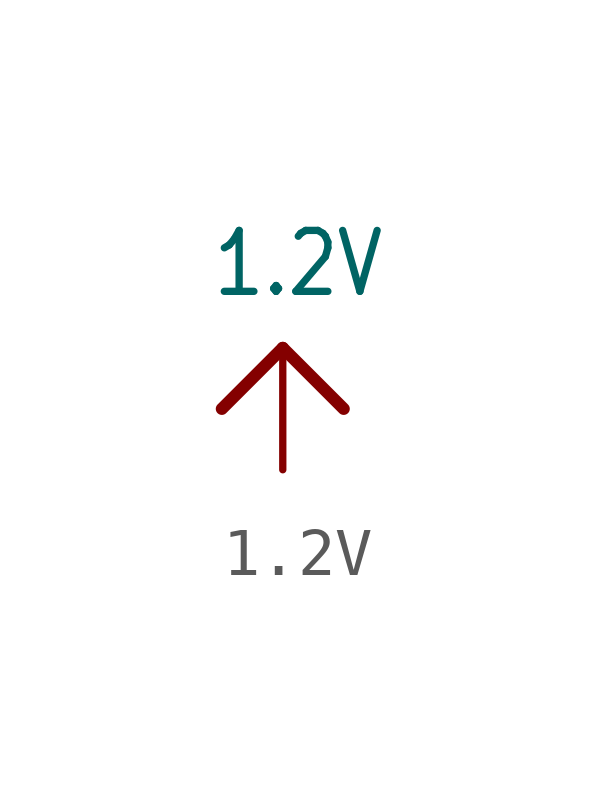
<source format=kicad_sym>
(kicad_symbol_lib
  (version 20211014)
  (generator kicad_symbol_editor)
  (symbol "1.2V"
    (power)
    (property "Reference" ""
      (at 0 0 0)
      (effects (font (size 1.27 1.27)) hide))
    (property "Value" "1.2V"
      (at -1.524 1.016 0)
      (effects (font (size 1.27 1.079)) (justify left bottom)))
    (property "ki_locked" ""
      (at 0 0 0)
      (effects (font (size 1.27 1.27))))
    (symbol "1.2V_1_0"
      (polyline (pts (xy -1.27 -1.27) (xy 0 0)) (stroke (width 0.254) (type default) (color 0 0 0 0)) (fill (type none)))
      (polyline (pts (xy 0 0) (xy 1.27 -1.27)) (stroke (width 0.254) (type default) (color 0 0 0 0)) (fill (type none)))
      (pin power_in line (at 0 -2.54 90) (length 2.54) (name "1.2V" (effects (font (size 0 0)))) (number "1" (effects (font (size 0 0))))))))
</source>
